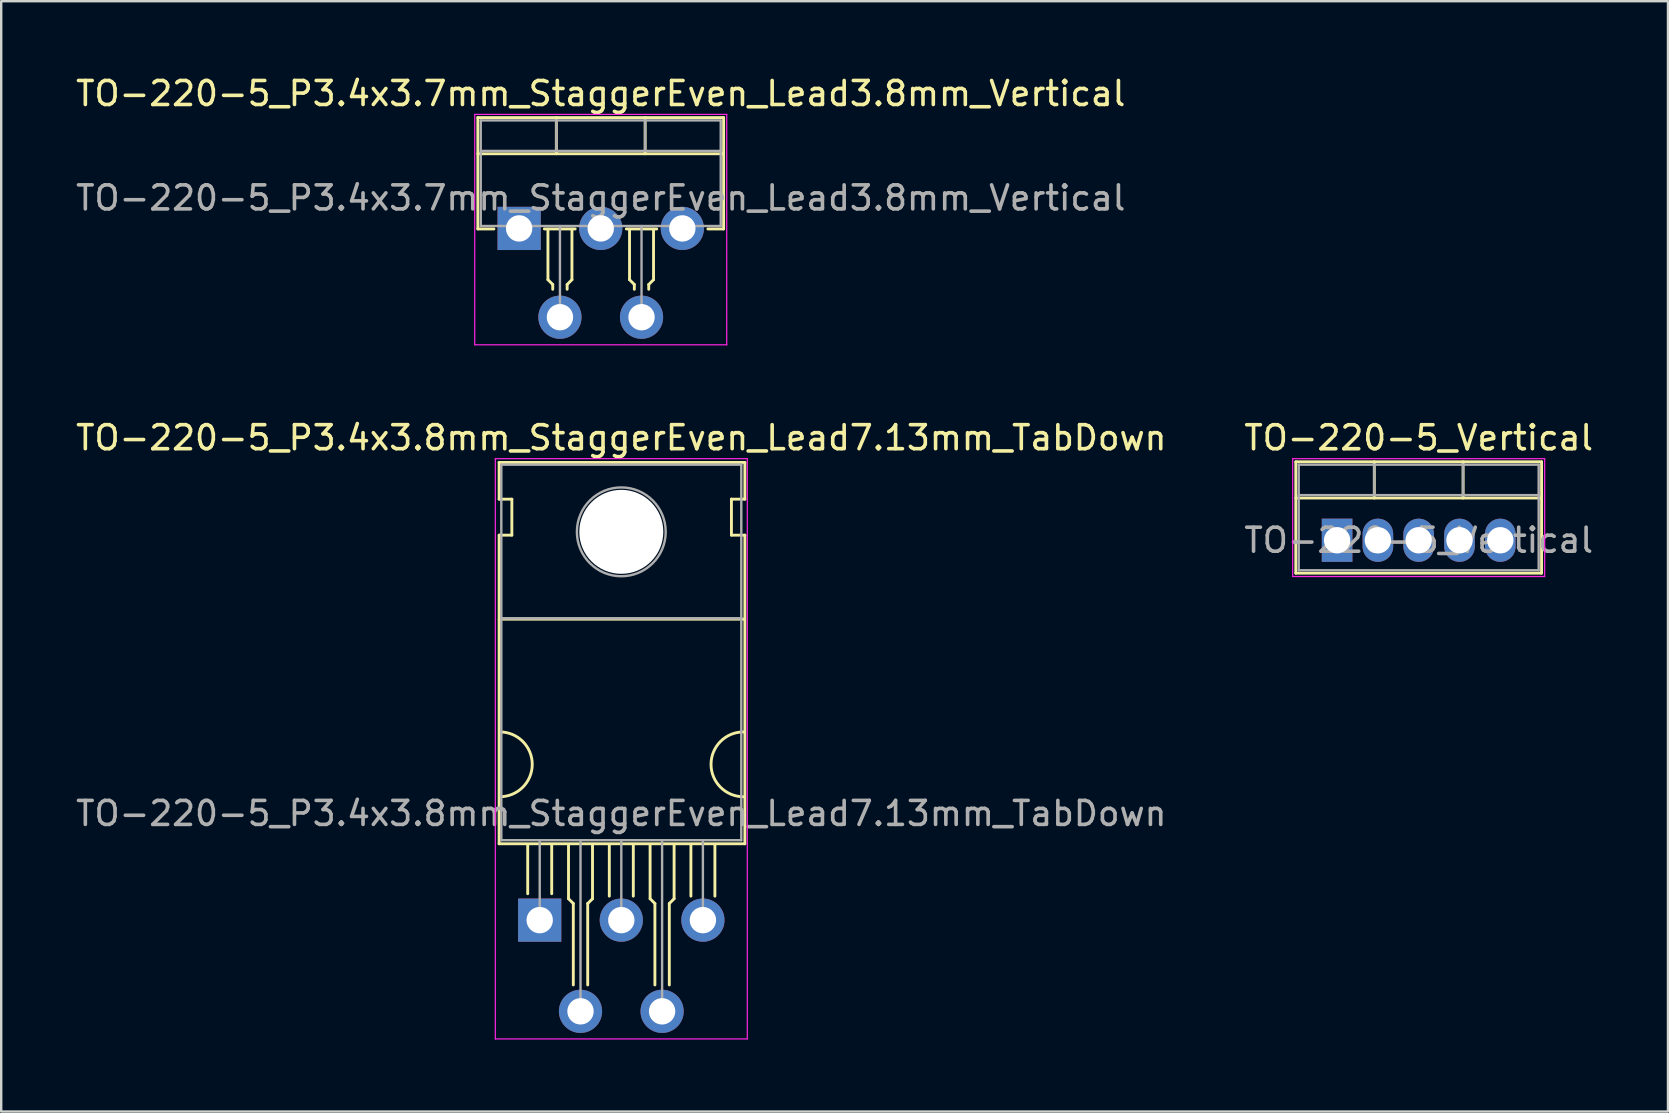
<source format=kicad_pcb>
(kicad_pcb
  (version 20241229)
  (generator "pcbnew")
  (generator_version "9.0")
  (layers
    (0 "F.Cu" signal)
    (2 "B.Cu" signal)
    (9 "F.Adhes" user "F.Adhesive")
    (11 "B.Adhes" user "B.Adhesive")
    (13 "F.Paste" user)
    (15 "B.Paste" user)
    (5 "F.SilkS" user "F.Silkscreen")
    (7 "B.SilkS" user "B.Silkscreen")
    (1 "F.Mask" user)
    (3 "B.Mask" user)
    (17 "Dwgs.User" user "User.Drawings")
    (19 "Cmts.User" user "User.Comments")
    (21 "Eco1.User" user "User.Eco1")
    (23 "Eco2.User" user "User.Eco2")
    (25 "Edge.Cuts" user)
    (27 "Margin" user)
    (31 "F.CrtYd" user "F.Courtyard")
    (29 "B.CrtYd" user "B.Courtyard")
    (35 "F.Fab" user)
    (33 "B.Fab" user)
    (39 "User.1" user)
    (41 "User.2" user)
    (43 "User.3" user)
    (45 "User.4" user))
  (footprint "TO-220-5_Vertical"
    (layer "F.Cu")
    (at 52.665 19.462)
    (property "Reference" "TO-220-5_Vertical" (at 3.4 -4.27 0) (layer "F.SilkS") (effects (font (size 1 1) (thickness 0.15))))
    (attr through_hole)
    (fp_line (start -1.721 -3.27) (end -1.721 1.371) (stroke (width 0.12) (type solid)) (layer "F.SilkS"))
    (fp_line (start -1.721 -3.27) (end 8.52 -3.27) (stroke (width 0.12) (type solid)) (layer "F.SilkS"))
    (fp_line (start -1.721 -1.76) (end 8.52 -1.76) (stroke (width 0.12) (type solid)) (layer "F.SilkS"))
    (fp_line (start -1.721 1.371) (end 8.52 1.371) (stroke (width 0.12) (type solid)) (layer "F.SilkS"))
    (fp_line (start 1.55 -3.27) (end 1.55 -1.76) (stroke (width 0.12) (type solid)) (layer "F.SilkS"))
    (fp_line (start 5.25 -3.27) (end 5.25 -1.76) (stroke (width 0.12) (type solid)) (layer "F.SilkS"))
    (fp_line (start 8.52 -3.27) (end 8.52 1.371) (stroke (width 0.12) (type solid)) (layer "F.SilkS"))
    (fp_line (start -1.85 -3.4) (end -1.85 1.51) (stroke (width 0.05) (type solid)) (layer "F.CrtYd"))
    (fp_line (start -1.85 1.51) (end 8.65 1.51) (stroke (width 0.05) (type solid)) (layer "F.CrtYd"))
    (fp_line (start 8.65 -3.4) (end -1.85 -3.4) (stroke (width 0.05) (type solid)) (layer "F.CrtYd"))
    (fp_line (start 8.65 1.51) (end 8.65 -3.4) (stroke (width 0.05) (type solid)) (layer "F.CrtYd"))
    (fp_line (start -1.6 -3.15) (end -1.6 1.25) (stroke (width 0.1) (type solid)) (layer "F.Fab"))
    (fp_line (start -1.6 -1.88) (end 8.4 -1.88) (stroke (width 0.1) (type solid)) (layer "F.Fab"))
    (fp_line (start -1.6 1.25) (end 8.4 1.25) (stroke (width 0.1) (type solid)) (layer "F.Fab"))
    (fp_line (start 1.55 -3.15) (end 1.55 -1.88) (stroke (width 0.1) (type solid)) (layer "F.Fab"))
    (fp_line (start 5.25 -3.15) (end 5.25 -1.88) (stroke (width 0.1) (type solid)) (layer "F.Fab"))
    (fp_line (start 8.4 -3.15) (end -1.6 -3.15) (stroke (width 0.1) (type solid)) (layer "F.Fab"))
    (fp_line (start 8.4 1.25) (end 8.4 -3.15) (stroke (width 0.1) (type solid)) (layer "F.Fab"))
    (fp_text user "${REFERENCE}" (at 3.4 0 0) (layer "F.Fab") (effects (font (size 1 1) (thickness 0.15))))
    (pad "1" thru_hole rect (at 0 0) (size 1.275 1.8) (drill 1.1) (layers "*.Cu" "*.Mask"))
    (pad "2" thru_hole oval (at 1.7 0) (size 1.275 1.8) (drill 1.1) (layers "*.Cu" "*.Mask"))
    (pad "3" thru_hole oval (at 3.4 0) (size 1.275 1.8) (drill 1.1) (layers "*.Cu" "*.Mask"))
    (pad "4" thru_hole oval (at 5.1 0) (size 1.275 1.8) (drill 1.1) (layers "*.Cu" "*.Mask"))
    (pad "5" thru_hole oval (at 6.8 0) (size 1.275 1.8) (drill 1.1) (layers "*.Cu" "*.Mask")))
  (footprint "TO-220-5_P3.4x3.7mm_StaggerEven_Lead3.8mm_Vertical"
    (layer "F.Cu")
    (at 18.582 6.468)
    (property "Reference" "TO-220-5_P3.4x3.7mm_StaggerEven_Lead3.8mm_Vertical" (at 3.4 -5.62 0) (layer "F.SilkS") (effects (font (size 1 1) (thickness 0.15))))
    (attr through_hole)
    (fp_line (start -1.721 -4.62) (end -1.721 0.021) (stroke (width 0.12) (type solid)) (layer "F.SilkS"))
    (fp_line (start -1.721 -4.62) (end 8.52 -4.62) (stroke (width 0.12) (type solid)) (layer "F.SilkS"))
    (fp_line (start -1.721 -3.111) (end 8.52 -3.111) (stroke (width 0.12) (type solid)) (layer "F.SilkS"))
    (fp_line (start -1.721 0.021) (end -1.05 0.021) (stroke (width 0.12) (type solid)) (layer "F.SilkS"))
    (fp_line (start 1.05 0.021) (end 2.335 0.021) (stroke (width 0.12) (type solid)) (layer "F.SilkS"))
    (fp_line (start 1.2 0.036) (end 1.2 2.136) (stroke (width 0.12) (type solid)) (layer "F.SilkS"))
    (fp_line (start 1.2 2.136) (end 1.4 2.337) (stroke (width 0.12) (type solid)) (layer "F.SilkS"))
    (fp_line (start 1.4 2.337) (end 1.4 2.537) (stroke (width 0.12) (type solid)) (layer "F.SilkS"))
    (fp_line (start 1.55 -4.62) (end 1.55 -3.111) (stroke (width 0.12) (type solid)) (layer "F.SilkS"))
    (fp_line (start 2 2.337) (end 2 2.537) (stroke (width 0.12) (type solid)) (layer "F.SilkS"))
    (fp_line (start 2.2 0.036) (end 2.2 2.136) (stroke (width 0.12) (type solid)) (layer "F.SilkS"))
    (fp_line (start 2.2 2.136) (end 2 2.337) (stroke (width 0.12) (type solid)) (layer "F.SilkS"))
    (fp_line (start 4.465 0.021) (end 5.735 0.021) (stroke (width 0.12) (type solid)) (layer "F.SilkS"))
    (fp_line (start 4.6 0.036) (end 4.6 2.136) (stroke (width 0.12) (type solid)) (layer "F.SilkS"))
    (fp_line (start 4.6 2.136) (end 4.8 2.337) (stroke (width 0.12) (type solid)) (layer "F.SilkS"))
    (fp_line (start 4.8 2.337) (end 4.8 2.537) (stroke (width 0.12) (type solid)) (layer "F.SilkS"))
    (fp_line (start 5.25 -4.62) (end 5.25 -3.111) (stroke (width 0.12) (type solid)) (layer "F.SilkS"))
    (fp_line (start 5.4 2.337) (end 5.4 2.537) (stroke (width 0.12) (type solid)) (layer "F.SilkS"))
    (fp_line (start 5.6 0.036) (end 5.6 2.136) (stroke (width 0.12) (type solid)) (layer "F.SilkS"))
    (fp_line (start 5.6 2.136) (end 5.4 2.337) (stroke (width 0.12) (type solid)) (layer "F.SilkS"))
    (fp_line (start 7.865 0.021) (end 8.52 0.021) (stroke (width 0.12) (type solid)) (layer "F.SilkS"))
    (fp_line (start 8.52 -4.62) (end 8.52 0.021) (stroke (width 0.12) (type solid)) (layer "F.SilkS"))
    (fp_line (start -1.85 -4.75) (end -1.85 4.85) (stroke (width 0.05) (type solid)) (layer "F.CrtYd"))
    (fp_line (start -1.85 4.85) (end 8.65 4.85) (stroke (width 0.05) (type solid)) (layer "F.CrtYd"))
    (fp_line (start 8.65 -4.75) (end -1.85 -4.75) (stroke (width 0.05) (type solid)) (layer "F.CrtYd"))
    (fp_line (start 8.65 4.85) (end 8.65 -4.75) (stroke (width 0.05) (type solid)) (layer "F.CrtYd"))
    (fp_line (start -1.6 -4.5) (end -1.6 -0.1) (stroke (width 0.1) (type solid)) (layer "F.Fab"))
    (fp_line (start -1.6 -3.23) (end 8.4 -3.23) (stroke (width 0.1) (type solid)) (layer "F.Fab"))
    (fp_line (start -1.6 -0.1) (end 8.4 -0.1) (stroke (width 0.1) (type solid)) (layer "F.Fab"))
    (fp_line (start 0 -0.1) (end 0 0) (stroke (width 0.1) (type solid)) (layer "F.Fab"))
    (fp_line (start 1.55 -4.5) (end 1.55 -3.23) (stroke (width 0.1) (type solid)) (layer "F.Fab"))
    (fp_line (start 1.7 -0.1) (end 1.7 3.7) (stroke (width 0.1) (type solid)) (layer "F.Fab"))
    (fp_line (start 3.4 -0.1) (end 3.4 0) (stroke (width 0.1) (type solid)) (layer "F.Fab"))
    (fp_line (start 5.1 -0.1) (end 5.1 3.7) (stroke (width 0.1) (type solid)) (layer "F.Fab"))
    (fp_line (start 5.25 -4.5) (end 5.25 -3.23) (stroke (width 0.1) (type solid)) (layer "F.Fab"))
    (fp_line (start 6.8 -0.1) (end 6.8 0) (stroke (width 0.1) (type solid)) (layer "F.Fab"))
    (fp_line (start 8.4 -4.5) (end -1.6 -4.5) (stroke (width 0.1) (type solid)) (layer "F.Fab"))
    (fp_line (start 8.4 -0.1) (end 8.4 -4.5) (stroke (width 0.1) (type solid)) (layer "F.Fab"))
    (fp_text user "${REFERENCE}" (at 3.4 -1.27 0) (layer "F.Fab") (effects (font (size 1 1) (thickness 0.15))))
    (pad "1" thru_hole rect (at 0 0) (size 1.8 1.8) (drill 1.1) (layers "*.Cu" "*.Mask"))
    (pad "2" thru_hole oval (at 1.7 3.7) (size 1.8 1.8) (drill 1.1) (layers "*.Cu" "*.Mask"))
    (pad "3" thru_hole oval (at 3.4 0) (size 1.8 1.8) (drill 1.1) (layers "*.Cu" "*.Mask"))
    (pad "4" thru_hole oval (at 5.1 3.7) (size 1.8 1.8) (drill 1.1) (layers "*.Cu" "*.Mask"))
    (pad "5" thru_hole oval (at 6.8 0) (size 1.8 1.8) (drill 1.1) (layers "*.Cu" "*.Mask")))
  (footprint "TO-220-5_P3.4x3.8mm_StaggerEven_Lead7.13mm_TabDown"
    (layer "F.Cu")
    (at 19.439 35.291)
    (property "Reference" "TO-220-5_P3.4x3.8mm_StaggerEven_Lead7.13mm_TabDown" (at 3.4 -20.1 0) (layer "F.SilkS") (effects (font (size 1 1) (thickness 0.15))))
    (attr through_hole)
    (fp_line (start -1.691 -19.072) (end -1.691 -17.542) (stroke (width 0.12) (type solid)) (layer "F.SilkS"))
    (fp_line (start -1.691 -19.072) (end 8.549 -19.072) (stroke (width 0.12) (type solid)) (layer "F.SilkS"))
    (fp_line (start -1.691 -17.542) (end -1.161 -17.542) (stroke (width 0.12) (type solid)) (layer "F.SilkS"))
    (fp_line (start -1.691 -16.042) (end -1.691 -3.182) (stroke (width 0.12) (type solid)) (layer "F.SilkS"))
    (fp_line (start -1.691 -3.182) (end 8.549 -3.182) (stroke (width 0.12) (type solid)) (layer "F.SilkS"))
    (fp_line (start -1.686 -12.542) (end 8.539 -12.542) (stroke (width 0.12) (type solid)) (layer "F.SilkS"))
    (fp_line (start -1.161 -17.542) (end -1.161 -16.042) (stroke (width 0.12) (type solid)) (layer "F.SilkS"))
    (fp_line (start -1.161 -16.042) (end -1.686 -16.042) (stroke (width 0.12) (type solid)) (layer "F.SilkS"))
    (fp_line (start -0.5 -3.142) (end -0.5 -1.1) (stroke (width 0.12) (type solid)) (layer "F.SilkS"))
    (fp_line (start 0.5 -3.142) (end 0.5 -1.1) (stroke (width 0.12) (type solid)) (layer "F.SilkS"))
    (fp_line (start 1.2 -3.142) (end 1.2 -0.892) (stroke (width 0.12) (type solid)) (layer "F.SilkS"))
    (fp_line (start 1.2 -0.892) (end 1.4 -0.692) (stroke (width 0.12) (type solid)) (layer "F.SilkS"))
    (fp_line (start 1.4 2.7) (end 1.4 -0.692) (stroke (width 0.12) (type solid)) (layer "F.SilkS"))
    (fp_line (start 2 2.7) (end 2 -0.692) (stroke (width 0.12) (type solid)) (layer "F.SilkS"))
    (fp_line (start 2.2 -3.142) (end 2.2 -0.892) (stroke (width 0.12) (type solid)) (layer "F.SilkS"))
    (fp_line (start 2.2 -0.892) (end 2 -0.692) (stroke (width 0.12) (type solid)) (layer "F.SilkS"))
    (fp_line (start 2.9 -3.142) (end 2.9 -1) (stroke (width 0.12) (type solid)) (layer "F.SilkS"))
    (fp_line (start 3.9 -3.142) (end 3.9 -1) (stroke (width 0.12) (type solid)) (layer "F.SilkS"))
    (fp_line (start 4.6 -3.142) (end 4.6 -0.892) (stroke (width 0.12) (type solid)) (layer "F.SilkS"))
    (fp_line (start 4.6 -0.892) (end 4.8 -0.692) (stroke (width 0.12) (type solid)) (layer "F.SilkS"))
    (fp_line (start 4.8 2.7) (end 4.8 -0.692) (stroke (width 0.12) (type solid)) (layer "F.SilkS"))
    (fp_line (start 5.4 2.7) (end 5.4 -0.692) (stroke (width 0.12) (type solid)) (layer "F.SilkS"))
    (fp_line (start 5.6 -3.142) (end 5.6 -0.892) (stroke (width 0.12) (type solid)) (layer "F.SilkS"))
    (fp_line (start 5.6 -0.892) (end 5.4 -0.692) (stroke (width 0.12) (type solid)) (layer "F.SilkS"))
    (fp_line (start 6.3 -3.142) (end 6.3 -1) (stroke (width 0.12) (type solid)) (layer "F.SilkS"))
    (fp_line (start 7.3 -3.142) (end 7.3 -1) (stroke (width 0.12) (type solid)) (layer "F.SilkS"))
    (fp_line (start 7.989 -17.542) (end 8.549 -17.542) (stroke (width 0.12) (type solid)) (layer "F.SilkS"))
    (fp_line (start 7.989 -16.042) (end 7.989 -17.542) (stroke (width 0.12) (type solid)) (layer "F.SilkS"))
    (fp_line (start 8.549 -19.072) (end 8.549 -17.542) (stroke (width 0.12) (type solid)) (layer "F.SilkS"))
    (fp_line (start 8.549 -16.042) (end 7.989 -16.042) (stroke (width 0.12) (type solid)) (layer "F.SilkS"))
    (fp_line (start 8.549 -16.042) (end 8.549 -3.182) (stroke (width 0.12) (type solid)) (layer "F.SilkS"))
    (fp_arc (start -1.661 -7.842) (mid -0.311 -6.492) (end -1.661 -5.142) (stroke (width 0.12) (type solid)) (layer "F.SilkS"))
    (fp_arc (start 8.489 -5.142) (mid 7.139 -6.492) (end 8.489 -7.842) (stroke (width 0.12) (type solid)) (layer "F.SilkS"))
    (fp_line (start -1.85 -19.23) (end -1.85 4.95) (stroke (width 0.05) (type solid)) (layer "F.CrtYd"))
    (fp_line (start -1.85 4.95) (end 8.65 4.95) (stroke (width 0.05) (type solid)) (layer "F.CrtYd"))
    (fp_line (start 8.65 -19.23) (end -1.85 -19.23) (stroke (width 0.05) (type solid)) (layer "F.CrtYd"))
    (fp_line (start 8.65 4.95) (end 8.65 -19.23) (stroke (width 0.05) (type solid)) (layer "F.CrtYd"))
    (fp_line (start -1.6 -18.98) (end 8.4 -18.98) (stroke (width 0.1) (type solid)) (layer "F.Fab"))
    (fp_line (start -1.6 -12.58) (end -1.6 -18.98) (stroke (width 0.1) (type solid)) (layer "F.Fab"))
    (fp_line (start -1.6 -12.58) (end 8.4 -12.58) (stroke (width 0.1) (type solid)) (layer "F.Fab"))
    (fp_line (start -1.6 -3.33) (end -1.6 -12.58) (stroke (width 0.1) (type solid)) (layer "F.Fab"))
    (fp_line (start 0 -3.33) (end 0 0) (stroke (width 0.1) (type solid)) (layer "F.Fab"))
    (fp_line (start 1.7 -3.33) (end 1.7 3.8) (stroke (width 0.1) (type solid)) (layer "F.Fab"))
    (fp_line (start 3.4 -3.33) (end 3.4 0) (stroke (width 0.1) (type solid)) (layer "F.Fab"))
    (fp_line (start 5.1 -3.33) (end 5.1 3.8) (stroke (width 0.1) (type solid)) (layer "F.Fab"))
    (fp_line (start 6.8 -3.33) (end 6.8 0) (stroke (width 0.1) (type solid)) (layer "F.Fab"))
    (fp_line (start 8.4 -18.98) (end 8.4 -12.58) (stroke (width 0.1) (type solid)) (layer "F.Fab"))
    (fp_line (start 8.4 -12.58) (end -1.6 -12.58) (stroke (width 0.1) (type solid)) (layer "F.Fab"))
    (fp_line (start 8.4 -12.58) (end 8.4 -3.33) (stroke (width 0.1) (type solid)) (layer "F.Fab"))
    (fp_line (start 8.4 -3.33) (end -1.6 -3.33) (stroke (width 0.1) (type solid)) (layer "F.Fab"))
    (fp_circle (center 3.4 -16.18) (end 5.25 -16.18) (stroke (width 0.1) (type solid)) (fill no) (layer "F.Fab"))
    (fp_text user "${REFERENCE}" (at 3.4 -4.445 0) (layer "F.Fab") (effects (font (size 1 1) (thickness 0.15))))
    (pad "" np_thru_hole oval (at 3.4 -16.18) (size 3.5 3.5) (drill 3.5) (layers "*.Cu" "*.Mask"))
    (pad "1" thru_hole rect (at 0 0) (size 1.8 1.8) (drill 1.1) (layers "*.Cu" "*.Mask"))
    (pad "2" thru_hole oval (at 1.7 3.8) (size 1.8 1.8) (drill 1.1) (layers "*.Cu" "*.Mask"))
    (pad "3" thru_hole oval (at 3.4 0) (size 1.8 1.8) (drill 1.1) (layers "*.Cu" "*.Mask"))
    (pad "4" thru_hole oval (at 5.1 3.8) (size 1.8 1.8) (drill 1.1) (layers "*.Cu" "*.Mask"))
    (pad "5" thru_hole oval (at 6.8 0) (size 1.8 1.8) (drill 1.1) (layers "*.Cu" "*.Mask")))
  (gr_rect
    (start -3 -3)
    (end 66.452 43.267)
    (stroke (width 0.1) (type default))
    (fill no)
    (layer "Edge.Cuts")))
</source>
